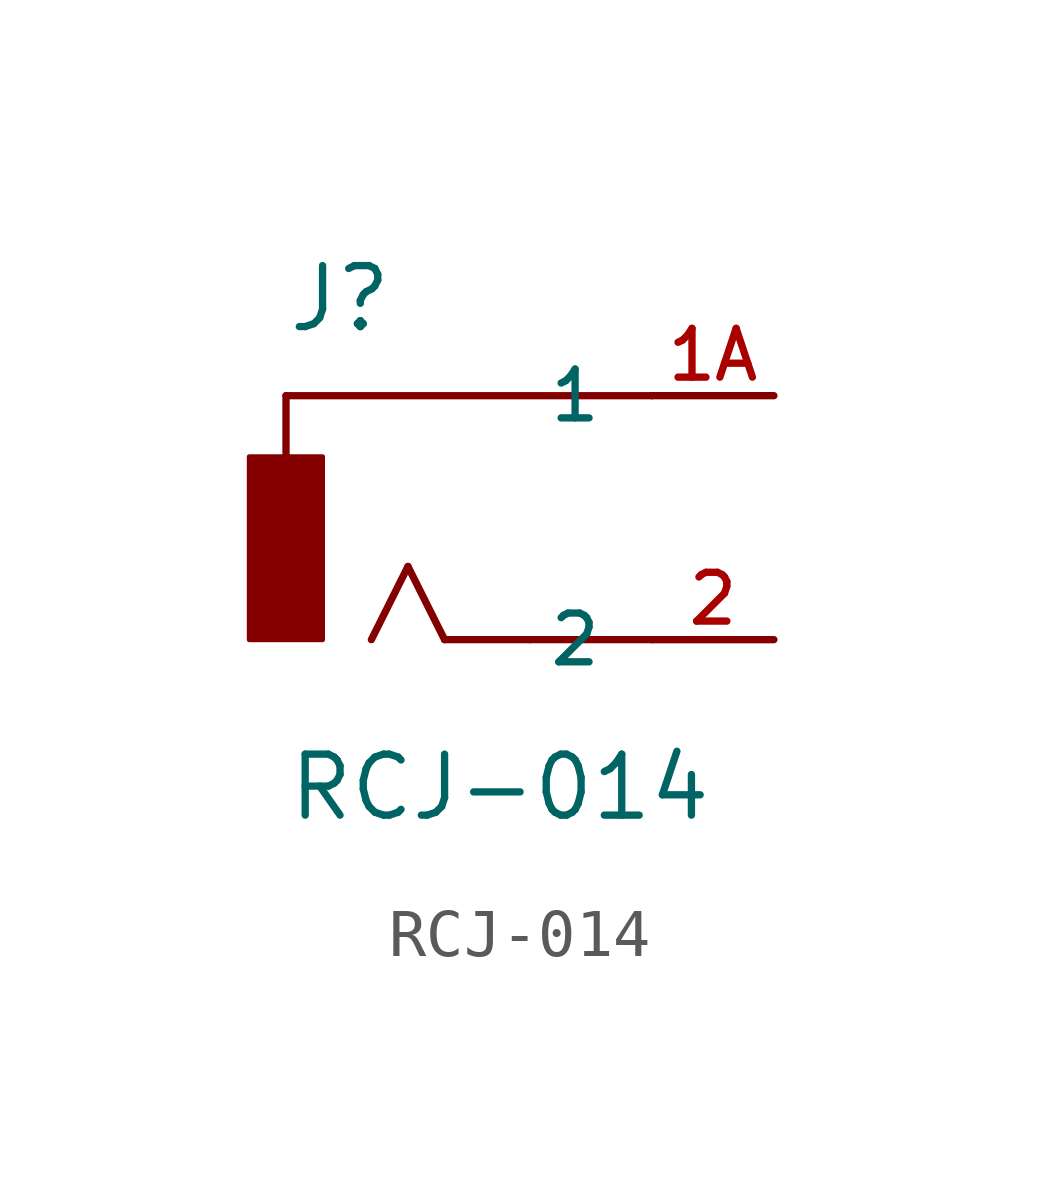
<source format=kicad_sym>
(kicad_symbol_lib
  (version 20211014)
  (generator kicad_symbol_editor)
  (symbol "RCJ-014"
    (pin_names
      (offset 1.016))
    (property "Reference" "J"
      (at -2.544 3.816 0)
      (effects (font (size 1.27 1.27)) (justify left bottom)))
    (property "Value" "RCJ-014"
      (at -2.543 -6.358 0)
      (effects (font (size 1.27 1.27)) (justify left bottom)))
    (symbol "RCJ-014_0_0"
      (rectangle (start -3.306 -2.543) (end -1.778 1.27) (stroke (width 0.1) (type default) (color 0 0 0 0)) (fill (type outline)))
      (polyline (pts (xy -2.54 2.54) (xy -2.54 1.27)) (stroke (width 0.152) (type default) (color 0 0 0 0)) (fill (type none)))
      (polyline (pts (xy 0 -1.016) (xy -0.762 -2.54)) (stroke (width 0.152) (type default) (color 0 0 0 0)) (fill (type none)))
      (polyline (pts (xy 0.762 -2.54) (xy 0 -1.016)) (stroke (width 0.152) (type default) (color 0 0 0 0)) (fill (type none)))
      (polyline (pts (xy 2.54 -2.54) (xy 0.762 -2.54)) (stroke (width 0.152) (type default) (color 0 0 0 0)) (fill (type none)))
      (polyline (pts (xy 5.08 -2.54) (xy 2.54 -2.54)) (stroke (width 0.152) (type default) (color 0 0 0 0)) (fill (type none)))
      (polyline (pts (xy 5.08 2.54) (xy -2.54 2.54)) (stroke (width 0.152) (type default) (color 0 0 0 0)) (fill (type none)))
      (pin passive line (at 7.62 2.54 180) (length 2.54) (name "1" (effects (font (size 1.016 1.016)))) (number "1A" (effects (font (size 1.016 1.016)))))
      (pin passive line (at 7.62 2.54 180) (length 2.54) hide (name "1" (effects (font (size 1.27 1.27)))) (number "1B" (effects (font (size 1.27 1.27)))))
      (pin passive line (at 7.62 2.54 180) (length 2.54) hide (name "1" (effects (font (size 1.27 1.27)))) (number "1C" (effects (font (size 1.27 1.27)))))
      (pin passive line (at 7.62 -2.54 180) (length 2.54) (name "2" (effects (font (size 1.016 1.016)))) (number "2" (effects (font (size 1.016 1.016))))))))
</source>
